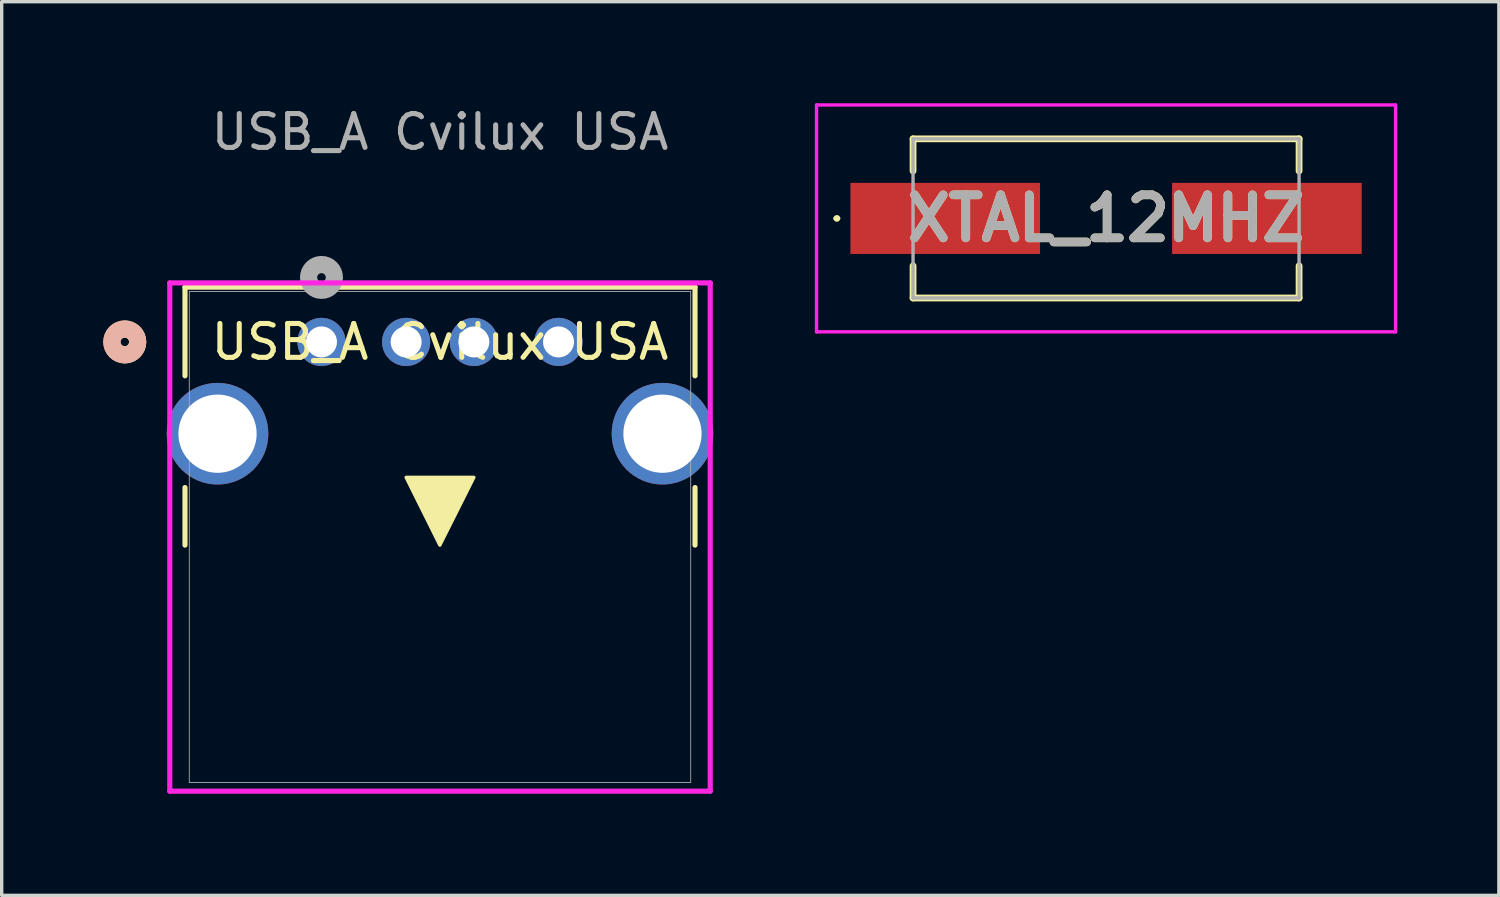
<source format=kicad_pcb>
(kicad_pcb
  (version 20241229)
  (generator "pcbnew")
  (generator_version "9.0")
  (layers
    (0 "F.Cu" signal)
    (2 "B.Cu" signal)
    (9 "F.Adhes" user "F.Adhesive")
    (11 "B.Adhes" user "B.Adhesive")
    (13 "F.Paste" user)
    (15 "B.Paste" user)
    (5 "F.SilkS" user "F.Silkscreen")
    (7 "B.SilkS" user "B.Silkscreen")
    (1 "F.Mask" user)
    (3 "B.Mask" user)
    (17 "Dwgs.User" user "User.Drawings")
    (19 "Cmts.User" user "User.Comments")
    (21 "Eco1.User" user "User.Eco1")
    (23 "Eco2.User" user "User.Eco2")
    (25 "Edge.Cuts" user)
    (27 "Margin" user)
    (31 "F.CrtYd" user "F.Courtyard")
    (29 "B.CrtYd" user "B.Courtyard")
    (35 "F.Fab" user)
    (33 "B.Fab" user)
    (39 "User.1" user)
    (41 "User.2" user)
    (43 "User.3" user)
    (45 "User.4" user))
  (footprint "XTAL_12MHZ"
    (layer "F.Cu")
    (at 29.614 3.4)
    (property "Reference" "XTAL_12MHZ" (at 0 0 0) (layer "F.SilkS") (effects (font (size 1.27 1.27) (thickness 0.254))))
    (attr smd)
    (fp_line (start -8 0) (end -8 0) (stroke (width 0.1) (type solid)) (layer "F.SilkS"))
    (fp_line (start -7.9 0) (end -7.9 0) (stroke (width 0.1) (type solid)) (layer "F.SilkS"))
    (fp_line (start -5.7 -2.35) (end 5.7 -2.35) (stroke (width 0.2) (type solid)) (layer "F.SilkS"))
    (fp_line (start -5.7 -1.4) (end -5.7 -2.35) (stroke (width 0.2) (type solid)) (layer "F.SilkS"))
    (fp_line (start -5.7 2.35) (end -5.7 1.4) (stroke (width 0.2) (type solid)) (layer "F.SilkS"))
    (fp_line (start 5.7 -2.35) (end 5.7 -1.4) (stroke (width 0.2) (type solid)) (layer "F.SilkS"))
    (fp_line (start 5.7 1.4) (end 5.7 2.35) (stroke (width 0.2) (type solid)) (layer "F.SilkS"))
    (fp_line (start 5.7 2.35) (end -5.7 2.35) (stroke (width 0.2) (type solid)) (layer "F.SilkS"))
    (fp_arc (start -8 0) (mid -7.95 -0.05) (end -7.9 0) (stroke (width 0.1) (type solid)) (layer "F.SilkS"))
    (fp_arc (start -7.9 0) (mid -7.95 0.05) (end -8 0) (stroke (width 0.1) (type solid)) (layer "F.SilkS"))
    (fp_line (start -8.55 -3.35) (end 8.55 -3.35) (stroke (width 0.1) (type solid)) (layer "F.CrtYd"))
    (fp_line (start -8.55 3.35) (end -8.55 -3.35) (stroke (width 0.1) (type solid)) (layer "F.CrtYd"))
    (fp_line (start 8.55 -3.35) (end 8.55 3.35) (stroke (width 0.1) (type solid)) (layer "F.CrtYd"))
    (fp_line (start 8.55 3.35) (end -8.55 3.35) (stroke (width 0.1) (type solid)) (layer "F.CrtYd"))
    (fp_line (start -5.7 -2.35) (end 5.7 -2.35) (stroke (width 0.1) (type solid)) (layer "F.Fab"))
    (fp_line (start -5.7 2.35) (end -5.7 -2.35) (stroke (width 0.1) (type solid)) (layer "F.Fab"))
    (fp_line (start 5.7 -2.35) (end 5.7 2.35) (stroke (width 0.1) (type solid)) (layer "F.Fab"))
    (fp_line (start 5.7 2.35) (end -5.7 2.35) (stroke (width 0.1) (type solid)) (layer "F.Fab"))
    (fp_text user "${REFERENCE}" (at 0 0 0) (layer "F.Fab") (effects (font (size 1.27 1.27) (thickness 0.254))))
    (pad "1" smd rect (at -4.75 0 90) (size 2.1 5.6) (layers "F.Cu" "F.Mask" "F.Paste"))
    (pad "2" smd rect (at 4.75 0 90) (size 2.1 5.6) (layers "F.Cu" "F.Mask" "F.Paste")))
  (footprint "USB_A Cvilux USA"
    (layer "F.Cu")
    (at 6.444 7.048)
    (property "Reference" "USB_A Cvilux USA" (at 3.5 0 0) (unlocked yes) (layer "F.SilkS") (effects (font (size 1 1) (thickness 0.15))))
    (attr through_hole)
    (fp_line (start -4.031 -1.617) (end -4.031 1) (stroke (width 0.152) (type solid)) (layer "F.SilkS"))
    (fp_line (start -4.031 4.3) (end -4.031 6) (stroke (width 0.152) (type solid)) (layer "F.SilkS"))
    (fp_line (start 11.031 -1.617) (end -4.031 -1.617) (stroke (width 0.152) (type solid)) (layer "F.SilkS"))
    (fp_line (start 11.031 1) (end 11.031 -1.617) (stroke (width 0.152) (type solid)) (layer "F.SilkS"))
    (fp_line (start 11.031 6) (end 11.031 4.3) (stroke (width 0.152) (type solid)) (layer "F.SilkS"))
    (fp_circle (center -5.809 0) (end -5.428 0) (stroke (width 0.508) (type solid)) (fill no) (layer "F.SilkS"))
    (fp_poly (pts (xy 4.5 4) (xy 3.496 6) (xy 2.5 4)) (stroke (width 0.1) (type solid)) (fill yes) (layer "F.SilkS"))
    (fp_circle (center -5.809 0) (end -5.428 0) (stroke (width 0.508) (type solid)) (fill no) (layer "B.SilkS"))
    (fp_line (start -4.48 -1.744) (end -4.48 13.267) (stroke (width 0.152) (type solid)) (layer "F.CrtYd"))
    (fp_line (start -4.48 13.267) (end 11.48 13.267) (stroke (width 0.152) (type solid)) (layer "F.CrtYd"))
    (fp_line (start 11.48 -1.744) (end -4.48 -1.744) (stroke (width 0.152) (type solid)) (layer "F.CrtYd"))
    (fp_line (start 11.48 13.267) (end 11.48 -1.744) (stroke (width 0.152) (type solid)) (layer "F.CrtYd"))
    (fp_line (start -3.904 -1.49) (end -3.904 13.013) (stroke (width 0.025) (type solid)) (layer "F.Fab"))
    (fp_line (start -3.904 13.013) (end 10.904 13.013) (stroke (width 0.025) (type solid)) (layer "F.Fab"))
    (fp_line (start 10.904 -1.49) (end -3.904 -1.49) (stroke (width 0.025) (type solid)) (layer "F.Fab"))
    (fp_line (start 10.904 13.013) (end 10.904 -1.49) (stroke (width 0.025) (type solid)) (layer "F.Fab"))
    (fp_circle (center 0 -1.905) (end 0.381 -1.905) (stroke (width 0.508) (type solid)) (fill no) (layer "F.Fab"))
    (fp_text user "${REFERENCE}" (at 3.5 -6.2 0) (unlocked yes) (layer "F.Fab") (effects (font (size 1 1) (thickness 0.15))))
    (pad "1" thru_hole circle (at 0 0) (size 1.422 1.422) (drill 0.914) (layers "*.Cu" "*.Mask"))
    (pad "2" thru_hole circle (at 2.5 0) (size 1.422 1.422) (drill 0.914) (layers "*.Cu" "*.Mask"))
    (pad "3" thru_hole circle (at 4.5 0) (size 1.422 1.422) (drill 0.914) (layers "*.Cu" "*.Mask"))
    (pad "4" thru_hole circle (at 7 0) (size 1.422 1.422) (drill 0.914) (layers "*.Cu" "*.Mask"))
    (pad "5" thru_hole circle (at -3.07 2.71) (size 3 3) (drill 2.311) (layers "*.Cu" "*.Mask"))
    (pad "5" thru_hole circle (at 10.07 2.71) (size 3 3) (drill 2.311) (layers "*.Cu" "*.Mask")))
  (gr_rect
    (start -3 -3)
    (end 41.214 23.392)
    (stroke (width 0.1) (type default))
    (fill no)
    (layer "Edge.Cuts")))
</source>
